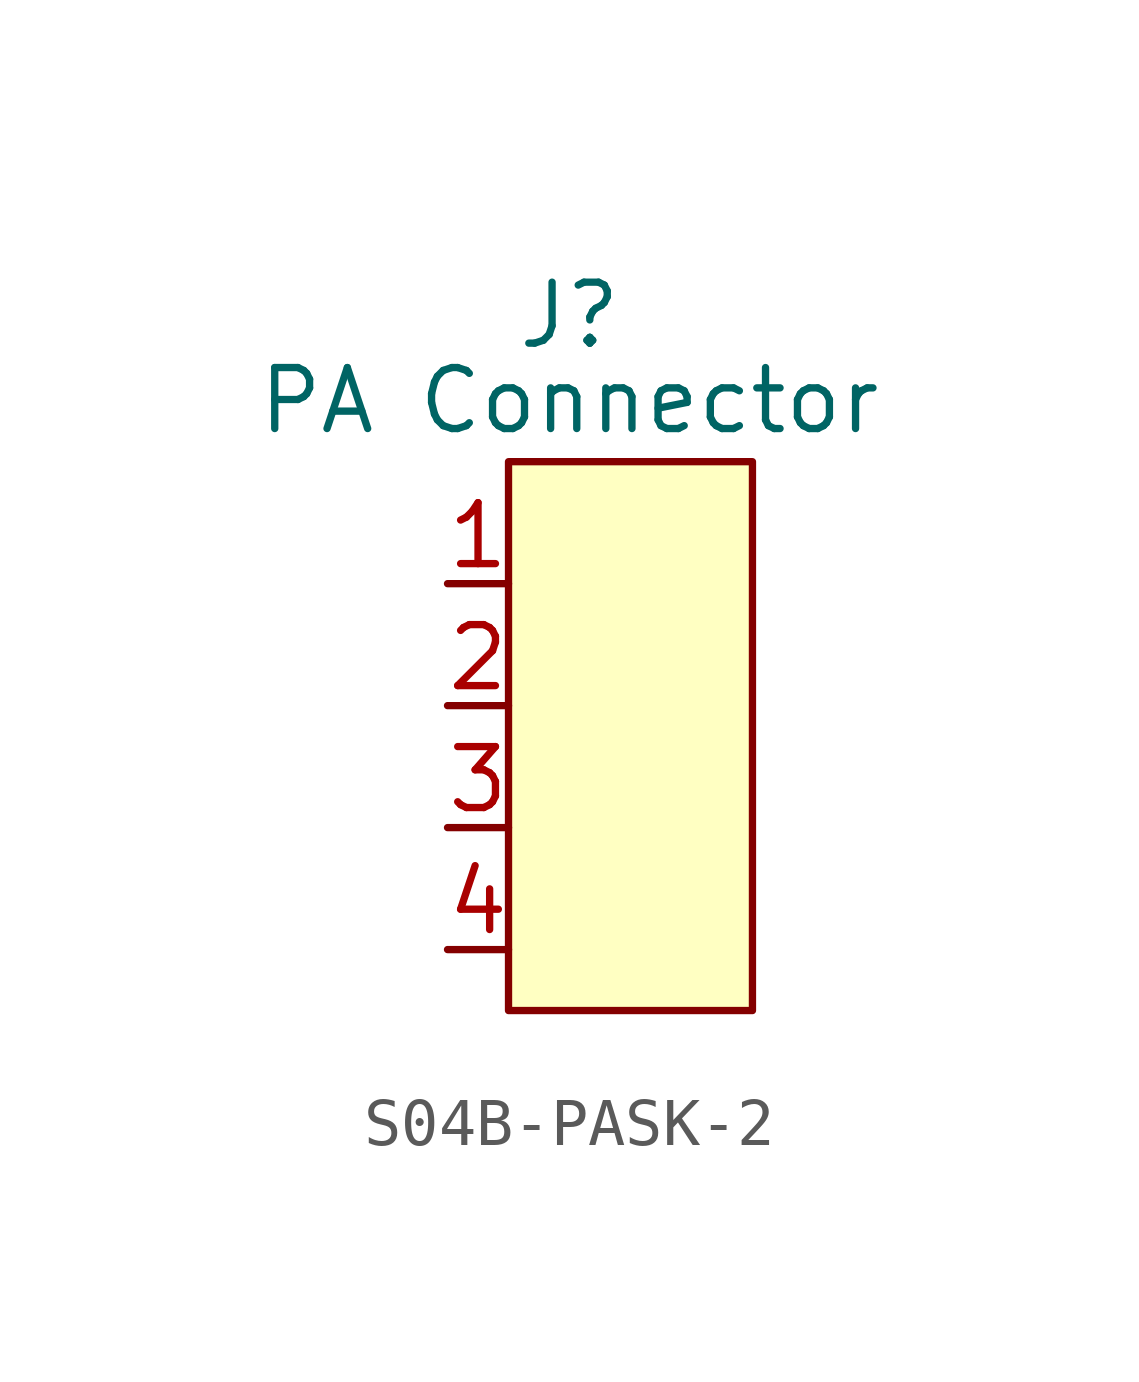
<source format=kicad_sym>
(kicad_symbol_lib
  (version 20241209)
  (generator "kicad_symbol_editor")
  (generator_version "9.0")
  (symbol "S04B-PASK-2"
    (property "Reference" "J"
      (at 0 9.398 0)
      (effects (font (size 1.27 1.27))))
    (property "Value" "PA Connector"
      (at 0 7.62 0)
      (effects (font (size 1.27 1.27))))
    (symbol "S04B-PASK-2_1_1"
      (rectangle (start -1.27 6.35) (end 3.81 -5.08) (stroke (width 0) (type solid)) (fill (type background)))
      (pin passive line (at -2.54 3.81 0) (length 1.27) (name "" (effects (font (size 1.27 1.27)))) (number "1" (effects (font (size 1.27 1.27)))))
      (pin passive line (at -2.54 1.27 0) (length 1.27) (name "" (effects (font (size 1.27 1.27)))) (number "2" (effects (font (size 1.27 1.27)))))
      (pin passive line (at -2.54 -1.27 0) (length 1.27) (name "" (effects (font (size 1.27 1.27)))) (number "3" (effects (font (size 1.27 1.27)))))
      (pin passive line (at -2.54 -3.81 0) (length 1.27) (name "" (effects (font (size 1.27 1.27)))) (number "4" (effects (font (size 1.27 1.27))))))))
</source>
